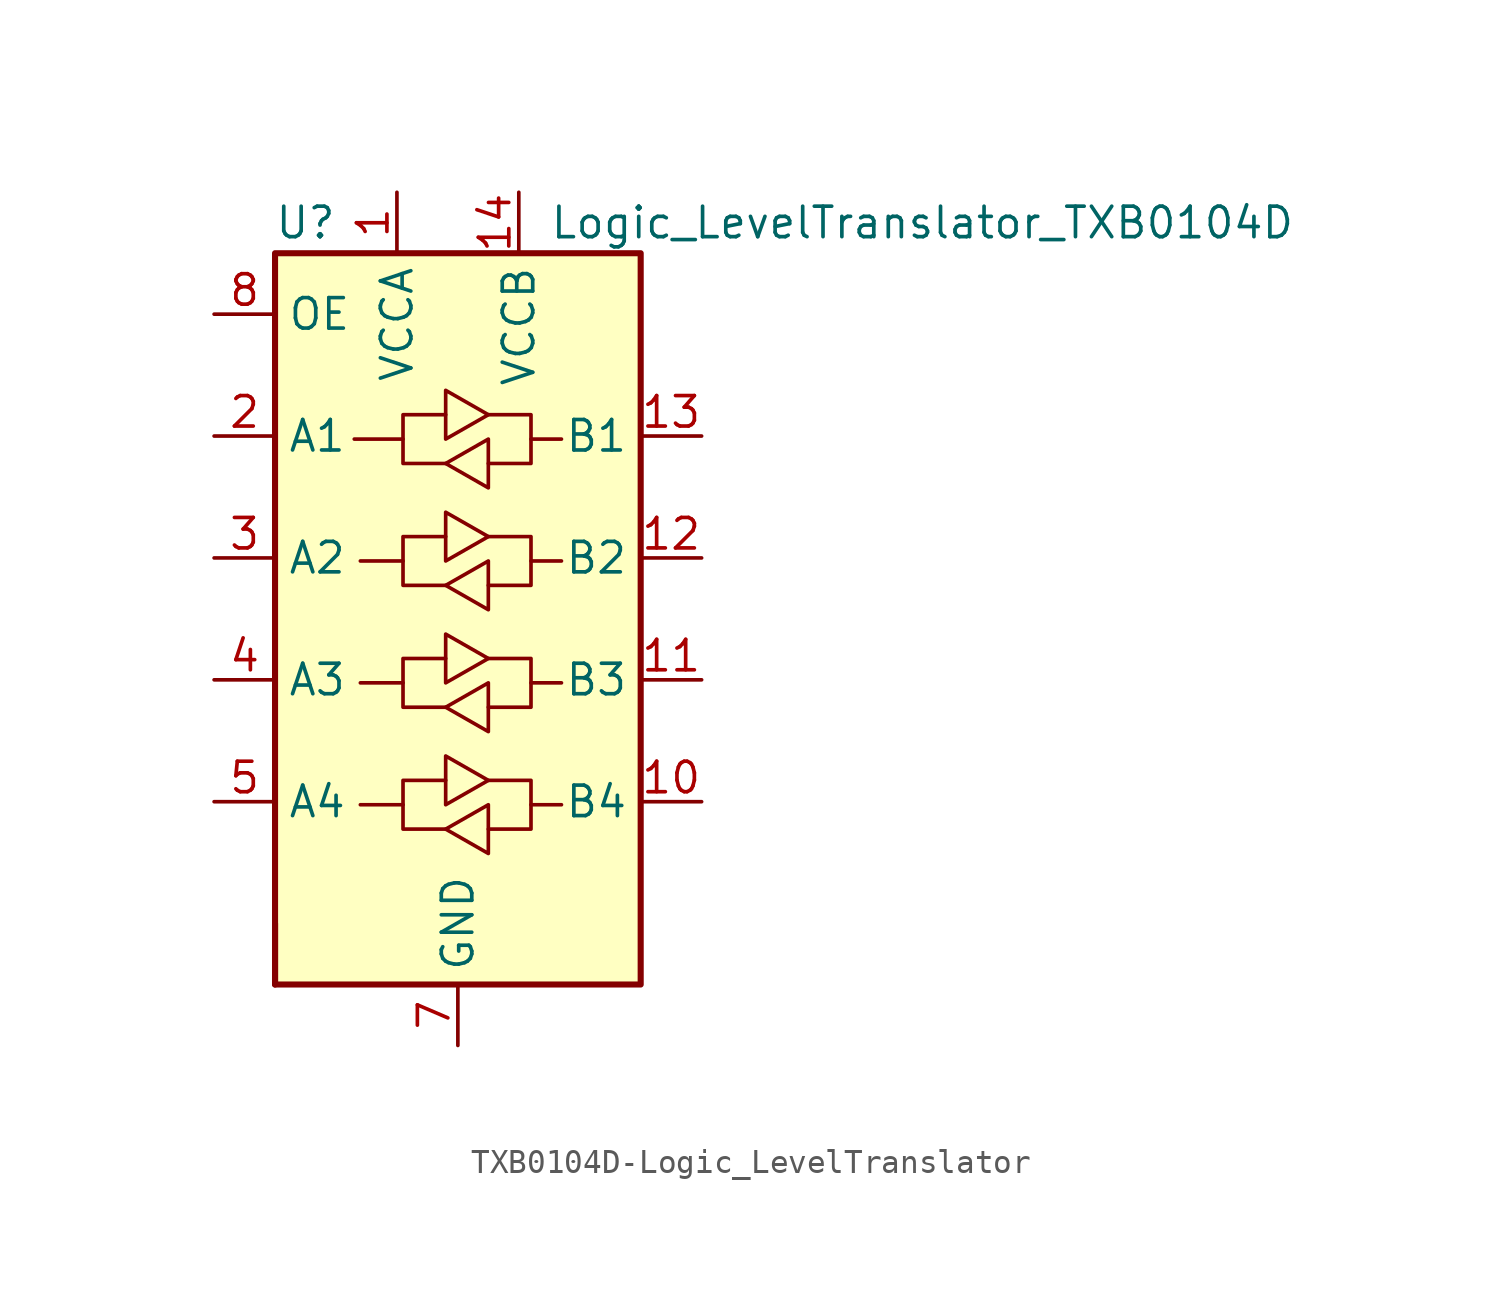
<source format=kicad_sym>
(kicad_symbol_lib
  (version 20220914)
  (generator kicad_symbol_editor)
  (symbol "TXB0104D-Logic_LevelTranslator"
    (property "Reference" "U"
      (at -6.35 16.51 0)
      (effects (font (size 1.27 1.27))))
    (property "Value" "Logic_LevelTranslator_TXB0104D"
      (at 3.81 16.51 0)
      (effects (font (size 1.27 1.27)) (justify left)))
    (symbol "TXB0104D-Logic_LevelTranslator_0_1"
      (rectangle (start -7.62 -15.24) (end -7.62 -12.7) (stroke (width 0.254) (type solid)) (fill (type none)))
      (rectangle (start -7.62 15.24) (end 7.62 -15.24) (stroke (width 0.254) (type solid)) (fill (type background)))
      (polyline (pts (xy -2.286 -7.747) (xy -2.286 -6.731) (xy -0.508 -6.731)) (stroke (width 0) (type solid)) (fill (type none)))
      (polyline (pts (xy -2.286 -2.667) (xy -2.286 -1.651) (xy -0.508 -1.651)) (stroke (width 0) (type solid)) (fill (type none)))
      (polyline (pts (xy -2.286 2.413) (xy -2.286 3.429) (xy -0.508 3.429)) (stroke (width 0) (type solid)) (fill (type none)))
      (polyline (pts (xy -2.286 7.493) (xy -2.286 8.509) (xy -0.508 8.509)) (stroke (width 0) (type solid)) (fill (type none)))
      (polyline (pts (xy 3.048 -7.747) (xy 3.048 -8.763) (xy 1.27 -8.763)) (stroke (width 0) (type solid)) (fill (type none)))
      (polyline (pts (xy 3.048 -2.667) (xy 3.048 -3.683) (xy 1.27 -3.683)) (stroke (width 0) (type solid)) (fill (type none)))
      (polyline (pts (xy 3.048 2.413) (xy 3.048 1.397) (xy 1.27 1.397)) (stroke (width 0) (type solid)) (fill (type none)))
      (polyline (pts (xy 3.048 7.493) (xy 3.048 6.477) (xy 1.27 6.477)) (stroke (width 0) (type solid)) (fill (type none)))
      (polyline (pts (xy -0.508 -8.763) (xy -2.286 -8.763) (xy -2.286 -7.747) (xy -4.064 -7.747)) (stroke (width 0) (type solid)) (fill (type none)))
      (polyline (pts (xy -0.508 -8.763) (xy 1.27 -7.747) (xy 1.27 -9.779) (xy -0.508 -8.763)) (stroke (width 0) (type solid)) (fill (type none)))
      (polyline (pts (xy -0.508 -3.683) (xy -2.286 -3.683) (xy -2.286 -2.667) (xy -4.064 -2.667)) (stroke (width 0) (type solid)) (fill (type none)))
      (polyline (pts (xy -0.508 -3.683) (xy 1.27 -2.667) (xy 1.27 -4.699) (xy -0.508 -3.683)) (stroke (width 0) (type solid)) (fill (type none)))
      (polyline (pts (xy -0.508 1.397) (xy -2.286 1.397) (xy -2.286 2.413) (xy -4.064 2.413)) (stroke (width 0) (type solid)) (fill (type none)))
      (polyline (pts (xy -0.508 1.397) (xy 1.27 2.413) (xy 1.27 0.381) (xy -0.508 1.397)) (stroke (width 0) (type solid)) (fill (type none)))
      (polyline (pts (xy -0.508 6.477) (xy -2.286 6.477) (xy -2.286 7.493) (xy -4.318 7.493)) (stroke (width 0) (type solid)) (fill (type none)))
      (polyline (pts (xy -0.508 6.477) (xy 1.27 7.493) (xy 1.27 5.461) (xy -0.508 6.477)) (stroke (width 0) (type solid)) (fill (type none)))
      (polyline (pts (xy 1.27 -6.731) (xy -0.508 -7.747) (xy -0.508 -5.715) (xy 1.27 -6.731)) (stroke (width 0) (type solid)) (fill (type none)))
      (polyline (pts (xy 1.27 -6.731) (xy 3.048 -6.731) (xy 3.048 -7.747) (xy 4.318 -7.747)) (stroke (width 0) (type solid)) (fill (type none)))
      (polyline (pts (xy 1.27 -1.651) (xy -0.508 -2.667) (xy -0.508 -0.635) (xy 1.27 -1.651)) (stroke (width 0) (type solid)) (fill (type none)))
      (polyline (pts (xy 1.27 -1.651) (xy 3.048 -1.651) (xy 3.048 -2.667) (xy 4.318 -2.667)) (stroke (width 0) (type solid)) (fill (type none)))
      (polyline (pts (xy 1.27 3.429) (xy -0.508 2.413) (xy -0.508 4.445) (xy 1.27 3.429)) (stroke (width 0) (type solid)) (fill (type none)))
      (polyline (pts (xy 1.27 3.429) (xy 3.048 3.429) (xy 3.048 2.413) (xy 4.318 2.413)) (stroke (width 0) (type solid)) (fill (type none)))
      (polyline (pts (xy 1.27 8.509) (xy -0.508 7.493) (xy -0.508 9.525) (xy 1.27 8.509)) (stroke (width 0) (type solid)) (fill (type none)))
      (polyline (pts (xy 1.27 8.509) (xy 3.048 8.509) (xy 3.048 7.493) (xy 4.318 7.493)) (stroke (width 0) (type solid)) (fill (type none))))
    (symbol "TXB0104D-Logic_LevelTranslator_1_1"
      (pin power_in line (at -2.54 17.78 270) (length 2.54) (name "VCCA" (effects (font (size 1.27 1.27)))) (number "1" (effects (font (size 1.27 1.27)))))
      (pin bidirectional line (at 10.16 -7.62 180) (length 2.54) (name "B4" (effects (font (size 1.27 1.27)))) (number "10" (effects (font (size 1.27 1.27)))))
      (pin bidirectional line (at 10.16 -2.54 180) (length 2.54) (name "B3" (effects (font (size 1.27 1.27)))) (number "11" (effects (font (size 1.27 1.27)))))
      (pin bidirectional line (at 10.16 2.54 180) (length 2.54) (name "B2" (effects (font (size 1.27 1.27)))) (number "12" (effects (font (size 1.27 1.27)))))
      (pin bidirectional line (at 10.16 7.62 180) (length 2.54) (name "B1" (effects (font (size 1.27 1.27)))) (number "13" (effects (font (size 1.27 1.27)))))
      (pin power_in line (at 2.54 17.78 270) (length 2.54) (name "VCCB" (effects (font (size 1.27 1.27)))) (number "14" (effects (font (size 1.27 1.27)))))
      (pin bidirectional line (at -10.16 7.62 0) (length 2.54) (name "A1" (effects (font (size 1.27 1.27)))) (number "2" (effects (font (size 1.27 1.27)))))
      (pin bidirectional line (at -10.16 2.54 0) (length 2.54) (name "A2" (effects (font (size 1.27 1.27)))) (number "3" (effects (font (size 1.27 1.27)))))
      (pin bidirectional line (at -10.16 -2.54 0) (length 2.54) (name "A3" (effects (font (size 1.27 1.27)))) (number "4" (effects (font (size 1.27 1.27)))))
      (pin bidirectional line (at -10.16 -7.62 0) (length 2.54) (name "A4" (effects (font (size 1.27 1.27)))) (number "5" (effects (font (size 1.27 1.27)))))
      (pin no_connect line (at -10.16 -12.7 0) (length 2.54) hide (name "NC" (effects (font (size 1.27 1.27)))) (number "6" (effects (font (size 1.27 1.27)))))
      (pin power_in line (at 0 -17.78 90) (length 2.54) (name "GND" (effects (font (size 1.27 1.27)))) (number "7" (effects (font (size 1.27 1.27)))))
      (pin input line (at -10.16 12.7 0) (length 2.54) (name "OE" (effects (font (size 1.27 1.27)))) (number "8" (effects (font (size 1.27 1.27)))))
      (pin no_connect line (at 10.16 -12.7 180) (length 2.54) hide (name "NC" (effects (font (size 1.27 1.27)))) (number "9" (effects (font (size 1.27 1.27))))))))
</source>
